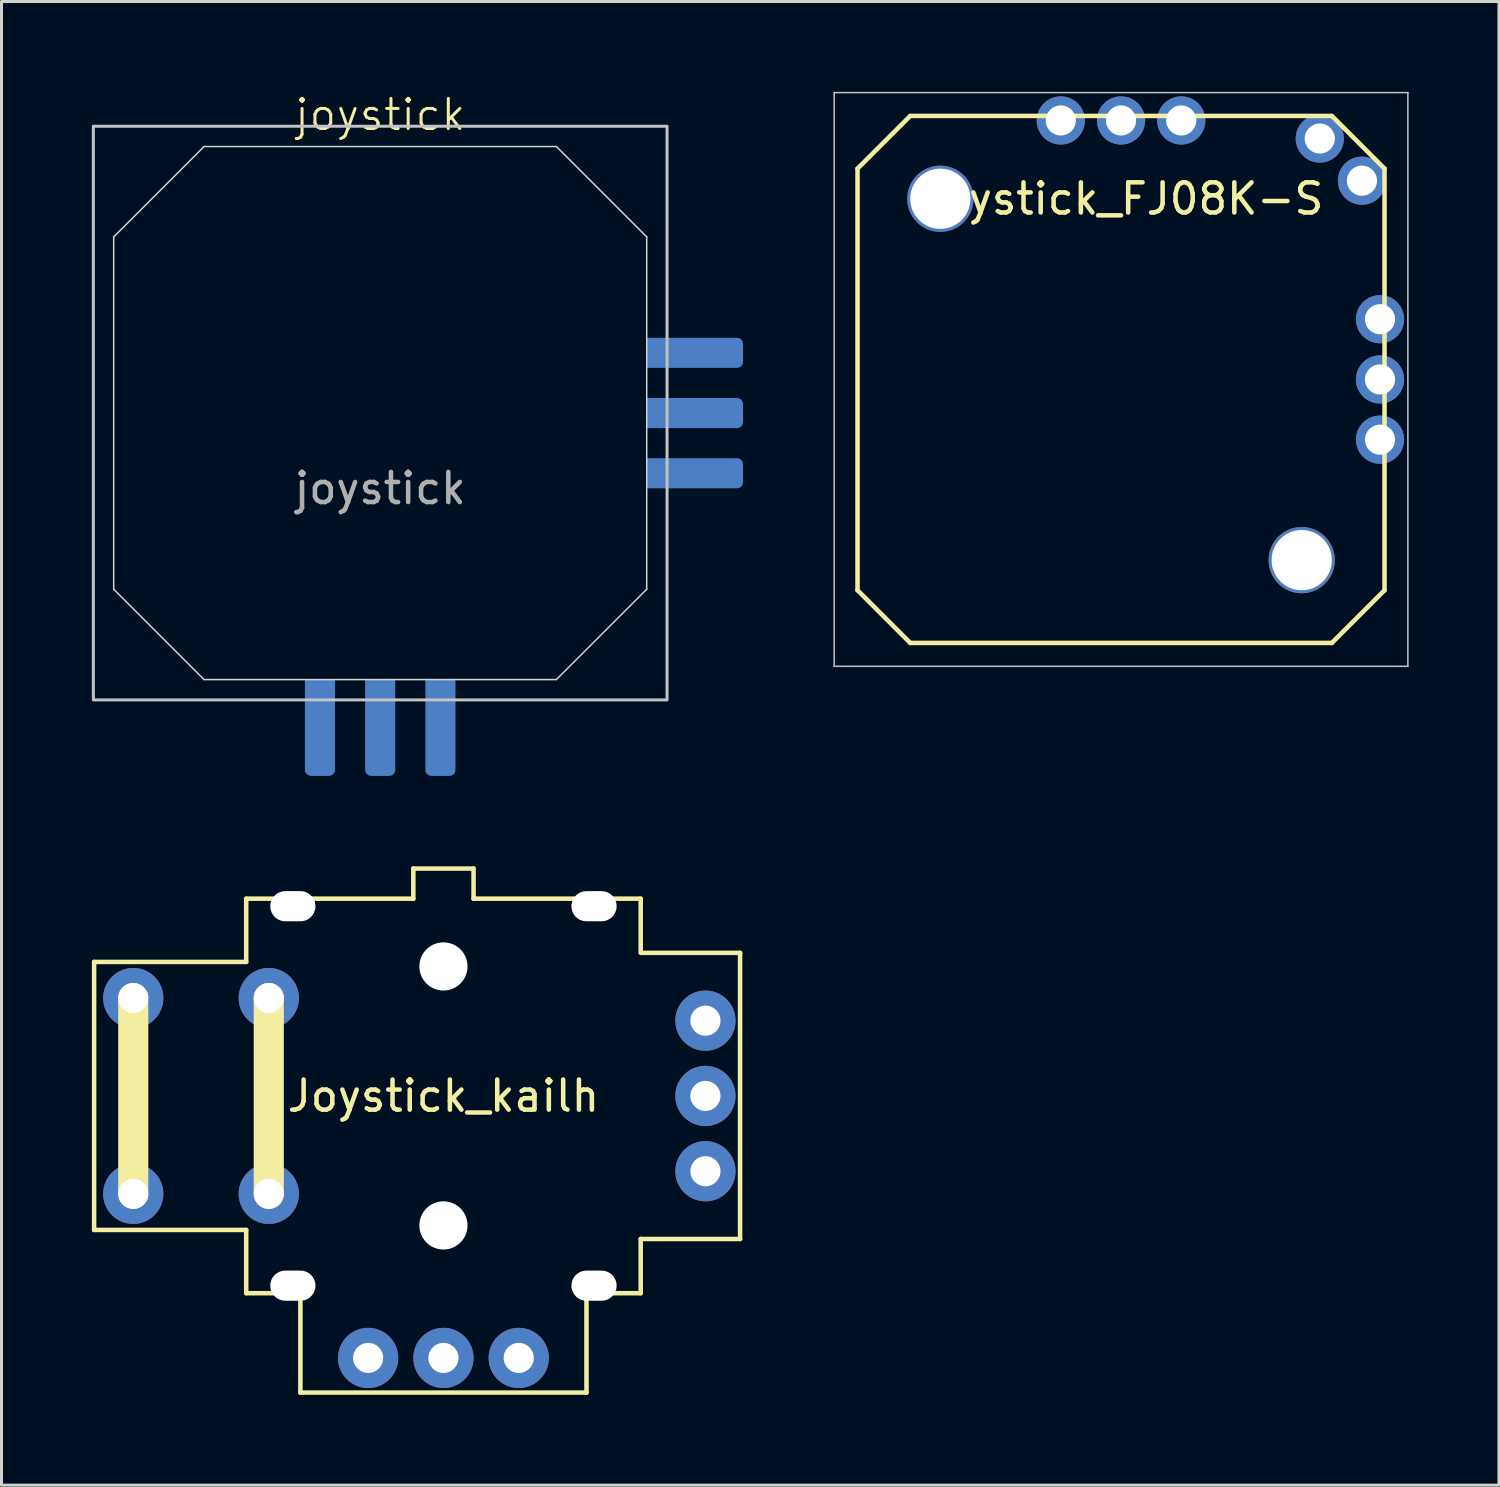
<source format=kicad_pcb>
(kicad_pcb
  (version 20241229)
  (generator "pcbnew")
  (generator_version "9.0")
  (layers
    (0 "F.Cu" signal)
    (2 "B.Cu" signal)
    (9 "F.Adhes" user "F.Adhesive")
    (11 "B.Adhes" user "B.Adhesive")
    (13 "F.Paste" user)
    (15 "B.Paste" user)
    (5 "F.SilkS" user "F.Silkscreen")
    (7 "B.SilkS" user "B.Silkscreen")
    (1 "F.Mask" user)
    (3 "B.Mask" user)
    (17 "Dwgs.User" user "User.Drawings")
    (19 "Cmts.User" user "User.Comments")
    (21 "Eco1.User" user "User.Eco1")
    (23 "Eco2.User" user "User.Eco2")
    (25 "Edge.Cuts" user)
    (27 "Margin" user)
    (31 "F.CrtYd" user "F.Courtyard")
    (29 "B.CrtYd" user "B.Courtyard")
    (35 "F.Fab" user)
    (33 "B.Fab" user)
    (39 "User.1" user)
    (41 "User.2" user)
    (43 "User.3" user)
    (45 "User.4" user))
  (footprint "joystick"
    (layer "F.Cu")
    (at 9.575 10.666)
    (property "Reference" "joystick" (at 0 -9.906 0) (unlocked yes) (layer "F.SilkS") (effects (font (size 1 1) (thickness 0.1))))
    (attr smd)
    (fp_rect (start 9.525 9.525) (end -9.525 -9.525) (stroke (width 0.1) (type default)) (fill no) (layer "Dwgs.User"))
    (fp_line (start -8.85 -5.85) (end -8.85 5.85) (stroke (width 0.05) (type default)) (layer "Edge.Cuts"))
    (fp_line (start -8.85 -5.85) (end -5.85 -8.85) (stroke (width 0.05) (type default)) (layer "Edge.Cuts"))
    (fp_line (start -5.85 -8.85) (end 5.85 -8.85) (stroke (width 0.05) (type default)) (layer "Edge.Cuts"))
    (fp_line (start -5.85 8.85) (end -8.85 5.85) (stroke (width 0.05) (type default)) (layer "Edge.Cuts"))
    (fp_line (start 5.85 -8.85) (end 8.85 -5.85) (stroke (width 0.05) (type default)) (layer "Edge.Cuts"))
    (fp_line (start 5.85 8.85) (end -5.85 8.85) (stroke (width 0.05) (type default)) (layer "Edge.Cuts"))
    (fp_line (start 8.85 -5.85) (end 8.85 5.85) (stroke (width 0.05) (type default)) (layer "Edge.Cuts"))
    (fp_line (start 8.85 5.85) (end 5.85 8.85) (stroke (width 0.05) (type default)) (layer "Edge.Cuts"))
    (fp_text user "${REFERENCE}" (at 0 2.5 0) (unlocked yes) (layer "F.Fab") (effects (font (size 1 1) (thickness 0.15))))
    (pad "1" smd roundrect (at 10.45 -2) (size 3.2 1) (layers "B.Cu" "B.Mask" "B.Paste") (roundrect_rratio 0.2) (chamfer_ratio 0) (chamfer top_left bottom_left))
    (pad "2" smd roundrect (at 0 10.45 270) (size 3.2 1) (layers "B.Cu" "B.Mask" "B.Paste") (roundrect_rratio 0.2) (chamfer_ratio 0) (chamfer top_left bottom_left))
    (pad "2" smd roundrect (at 10.45 0) (size 3.2 1) (layers "B.Cu" "B.Mask" "B.Paste") (roundrect_rratio 0.2) (chamfer_ratio 0) (chamfer top_left bottom_left))
    (pad "3" smd roundrect (at -2 10.45 270) (size 3.2 1) (layers "B.Cu" "B.Mask" "B.Paste") (roundrect_rratio 0.2) (chamfer_ratio 0) (chamfer top_left bottom_left))
    (pad "3" smd roundrect (at 10.45 2) (size 3.2 1) (layers "B.Cu" "B.Mask" "B.Paste") (roundrect_rratio 0.2) (chamfer_ratio 0) (chamfer top_left bottom_left))
    (pad "4" smd roundrect (at 2 10.45 270) (size 3.2 1) (layers "B.Cu" "B.Mask" "B.Paste") (roundrect_rratio 0.2) (chamfer_ratio 0) (chamfer top_left bottom_left)))
  (footprint "Joystick_FJ08K-S"
    (layer "F.Cu")
    (at 34.175 9.55)
    (property "Reference" "Joystick_FJ08K-S" (at 0 -6 0) (unlocked yes) (layer "F.SilkS") (effects (font (size 1 1) (thickness 0.15))))
    (attr through_hole)
    (fp_line (start -8.75 -7) (end -8.75 7) (stroke (width 0.15) (type solid)) (layer "F.SilkS"))
    (fp_line (start -8.75 7) (end -7 8.75) (stroke (width 0.15) (type solid)) (layer "F.SilkS"))
    (fp_line (start -7 -8.75) (end -8.75 -7) (stroke (width 0.15) (type solid)) (layer "F.SilkS"))
    (fp_line (start -7 8.75) (end 7 8.75) (stroke (width 0.15) (type solid)) (layer "F.SilkS"))
    (fp_line (start 7 -8.75) (end -7 -8.75) (stroke (width 0.15) (type solid)) (layer "F.SilkS"))
    (fp_line (start 7 8.75) (end 8.75 7) (stroke (width 0.15) (type solid)) (layer "F.SilkS"))
    (fp_line (start 8.75 -7) (end 7 -8.75) (stroke (width 0.15) (type solid)) (layer "F.SilkS"))
    (fp_line (start 8.75 7) (end 8.75 -7) (stroke (width 0.15) (type solid)) (layer "F.SilkS"))
    (fp_line (start -9.525 -9.525) (end -9.525 9.525) (stroke (width 0.05) (type solid)) (layer "Dwgs.User"))
    (fp_line (start -9.525 9.525) (end 9.525 9.525) (stroke (width 0.05) (type solid)) (layer "Dwgs.User"))
    (fp_line (start 9.525 -9.525) (end -9.525 -9.525) (stroke (width 0.05) (type solid)) (layer "Dwgs.User"))
    (fp_line (start 9.525 9.525) (end 9.525 -9.525) (stroke (width 0.05) (type solid)) (layer "Dwgs.User"))
    (pad "" np_thru_hole circle (at -6 -6) (size 2.2 2.2) (drill 2) (layers "*.Cu" "*.Mask"))
    (pad "" np_thru_hole circle (at 6 6) (size 2.2 2.2) (drill 2) (layers "*.Cu" "*.Mask"))
    (pad "1" thru_hole circle (at 2 -8.6) (size 1.6 1.6) (drill 1) (layers "*.Cu" "*.Mask"))
    (pad "1" thru_hole circle (at 8.6 2 270) (size 1.6 1.6) (drill 1) (layers "*.Cu" "*.Mask"))
    (pad "2" thru_hole circle (at -2 -8.6) (size 1.6 1.6) (drill 1) (layers "*.Cu" "*.Mask"))
    (pad "2" thru_hole circle (at 8.6 -2 270) (size 1.6 1.6) (drill 1) (layers "*.Cu" "*.Mask"))
    (pad "3" thru_hole circle (at 8.6 0 270) (size 1.6 1.6) (drill 1) (layers "*.Cu" "*.Mask"))
    (pad "4" thru_hole circle (at 0 -8.6) (size 1.6 1.6) (drill 1) (layers "*.Cu" "*.Mask"))
    (pad "5" thru_hole circle (at 6.6 -8) (size 1.6 1.6) (drill 1) (layers "*.Cu" "*.Mask"))
    (pad "6" thru_hole circle (at 8 -6.6 270) (size 1.6 1.6) (drill 1) (layers "*.Cu" "*.Mask")))
  (footprint "Joystick_kailh"
    (layer "F.Cu")
    (at 11.675 33.342)
    (property "Reference" "Joystick_kailh" (at 0 0 0) (layer "F.SilkS") (effects (font (size 1 1) (thickness 0.15))))
    (attr through_hole)
    (fp_line (start -11.6 -4.45) (end -11.6 4.45) (stroke (width 0.15) (type solid)) (layer "F.SilkS"))
    (fp_line (start -10.3 -3.25) (end -10.3 3.25) (stroke (width 1) (type solid)) (layer "F.SilkS"))
    (fp_line (start -6.55 -6.55) (end -1 -6.55) (stroke (width 0.15) (type solid)) (layer "F.SilkS"))
    (fp_line (start -6.55 -4.45) (end -11.6 -4.45) (stroke (width 0.15) (type solid)) (layer "F.SilkS"))
    (fp_line (start -6.55 -4.45) (end -6.55 -6.55) (stroke (width 0.15) (type solid)) (layer "F.SilkS"))
    (fp_line (start -6.55 4.45) (end -11.6 4.45) (stroke (width 0.15) (type solid)) (layer "F.SilkS"))
    (fp_line (start -6.55 6.55) (end -6.55 4.45) (stroke (width 0.15) (type solid)) (layer "F.SilkS"))
    (fp_line (start -6.55 6.55) (end -4.75 6.55) (stroke (width 0.15) (type solid)) (layer "F.SilkS"))
    (fp_line (start -5.8 -3.25) (end -5.8 3.25) (stroke (width 1) (type solid)) (layer "F.SilkS"))
    (fp_line (start -4.75 9.85) (end -4.75 6.55) (stroke (width 0.15) (type solid)) (layer "F.SilkS"))
    (fp_line (start -4.75 9.85) (end 4.75 9.85) (stroke (width 0.15) (type solid)) (layer "F.SilkS"))
    (fp_line (start -1 -7.55) (end 1 -7.55) (stroke (width 0.15) (type solid)) (layer "F.SilkS"))
    (fp_line (start -1 -6.55) (end -1 -7.55) (stroke (width 0.15) (type solid)) (layer "F.SilkS"))
    (fp_line (start 1 -7.55) (end 1 -6.55) (stroke (width 0.15) (type solid)) (layer "F.SilkS"))
    (fp_line (start 1 -6.55) (end 6.55 -6.55) (stroke (width 0.15) (type solid)) (layer "F.SilkS"))
    (fp_line (start 4.75 9.85) (end 4.75 6.55) (stroke (width 0.15) (type solid)) (layer "F.SilkS"))
    (fp_line (start 6.55 -6.55) (end 6.55 -4.8) (stroke (width 0.15) (type solid)) (layer "F.SilkS"))
    (fp_line (start 6.55 -4.75) (end 9.85 -4.75) (stroke (width 0.15) (type solid)) (layer "F.SilkS"))
    (fp_line (start 6.55 4.75) (end 9.85 4.75) (stroke (width 0.15) (type solid)) (layer "F.SilkS"))
    (fp_line (start 6.55 6.55) (end 4.75 6.55) (stroke (width 0.15) (type solid)) (layer "F.SilkS"))
    (fp_line (start 6.55 6.55) (end 6.55 4.75) (stroke (width 0.15) (type solid)) (layer "F.SilkS"))
    (fp_line (start 9.85 -4.75) (end 9.85 4.75) (stroke (width 0.15) (type solid)) (layer "F.SilkS"))
    (fp_line (start -11.6 -4.45) (end -11.6 4.45) (stroke (width 0.05) (type solid)) (layer "Eco1.User"))
    (fp_line (start -11.6 4.45) (end -6.55 4.45) (stroke (width 0.05) (type solid)) (layer "Eco1.User"))
    (fp_line (start -6.55 -6.55) (end -6.55 -4.45) (stroke (width 0.05) (type solid)) (layer "Eco1.User"))
    (fp_line (start -6.55 -4.45) (end -11.6 -4.45) (stroke (width 0.05) (type solid)) (layer "Eco1.User"))
    (fp_line (start -6.55 4.45) (end -6.55 6.55) (stroke (width 0.05) (type solid)) (layer "Eco1.User"))
    (fp_line (start -6.55 6.55) (end -4.75 6.55) (stroke (width 0.05) (type solid)) (layer "Eco1.User"))
    (fp_line (start -4.75 6.55) (end -4.75 9.85) (stroke (width 0.05) (type solid)) (layer "Eco1.User"))
    (fp_line (start -4.75 9.85) (end 4.75 9.85) (stroke (width 0.05) (type solid)) (layer "Eco1.User"))
    (fp_line (start 4.75 6.55) (end 6.55 6.55) (stroke (width 0.05) (type solid)) (layer "Eco1.User"))
    (fp_line (start 4.75 9.85) (end 4.75 6.55) (stroke (width 0.05) (type solid)) (layer "Eco1.User"))
    (fp_line (start 6.55 -6.55) (end -6.55 -6.55) (stroke (width 0.05) (type solid)) (layer "Eco1.User"))
    (fp_line (start 6.55 -4.75) (end 6.55 -6.55) (stroke (width 0.05) (type solid)) (layer "Eco1.User"))
    (fp_line (start 6.55 4.75) (end 9.85 4.75) (stroke (width 0.05) (type solid)) (layer "Eco1.User"))
    (fp_line (start 6.55 6.55) (end 6.55 4.75) (stroke (width 0.05) (type solid)) (layer "Eco1.User"))
    (fp_line (start 9.85 -4.75) (end 6.55 -4.75) (stroke (width 0.05) (type solid)) (layer "Eco1.User"))
    (fp_line (start 9.85 4.75) (end 9.85 -4.75) (stroke (width 0.05) (type solid)) (layer "Eco1.User"))
    (pad "" np_thru_hole oval (at -5 -6.3) (size 1.5 1) (drill oval 1.5 1) (layers "*.Cu" "*.Mask"))
    (pad "" np_thru_hole oval (at -5 6.3) (size 1.5 1) (drill oval 1.5 1) (layers "*.Cu" "*.Mask"))
    (pad "" np_thru_hole circle (at 0 -4.3) (size 1.6 1.6) (drill 1.6) (layers "*.Cu" "*.Mask"))
    (pad "" np_thru_hole circle (at 0 4.3) (size 1.6 1.6) (drill 1.6) (layers "*.Cu" "*.Mask"))
    (pad "" np_thru_hole oval (at 5 -6.3 180) (size 1.5 1) (drill oval 1.5 1) (layers "*.Cu" "*.Mask"))
    (pad "" np_thru_hole oval (at 5 6.3) (size 1.5 1) (drill oval 1.5 1) (layers "*.Cu" "*.Mask"))
    (pad "1" thru_hole circle (at -2.5 8.7) (size 2 2) (drill 1) (layers "*.Cu" "*.Mask"))
    (pad "1" thru_hole circle (at 8.7 2.5) (size 2 2) (drill 1) (layers "*.Cu" "*.Mask"))
    (pad "2" thru_hole circle (at 2.5 8.7) (size 2 2) (drill 1) (layers "*.Cu" "*.Mask"))
    (pad "2" thru_hole circle (at 8.7 -2.5) (size 2 2) (drill 1) (layers "*.Cu" "*.Mask"))
    (pad "3" thru_hole circle (at 0 8.7) (size 2 2) (drill 1) (layers "*.Cu" "*.Mask"))
    (pad "4" thru_hole circle (at 8.7 0 180) (size 2 2) (drill 1) (layers "*.Cu" "*.Mask"))
    (pad "5" thru_hole circle (at -10.3 -3.25) (size 2 2) (drill 1) (layers "*.Cu" "*.Mask"))
    (pad "5" thru_hole circle (at -10.3 3.25) (size 2 2) (drill 1) (layers "*.Cu" "*.Mask"))
    (pad "6" thru_hole circle (at -5.8 -3.25) (size 2 2) (drill 1) (layers "*.Cu" "*.Mask"))
    (pad "6" thru_hole circle (at -5.8 3.25) (size 2 2) (drill 1) (layers "*.Cu" "*.Mask")))
  (gr_rect
    (start -3 -3)
    (end 46.725 46.267)
    (stroke (width 0.1) (type default))
    (fill no)
    (layer "Edge.Cuts")))
</source>
